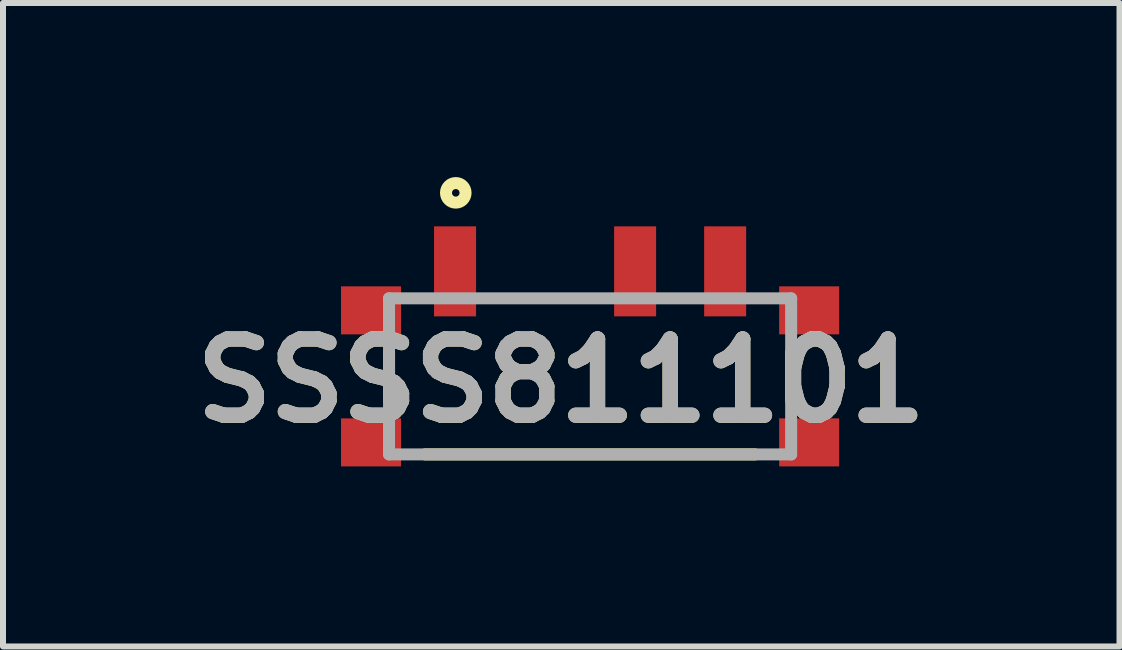
<source format=kicad_pcb>
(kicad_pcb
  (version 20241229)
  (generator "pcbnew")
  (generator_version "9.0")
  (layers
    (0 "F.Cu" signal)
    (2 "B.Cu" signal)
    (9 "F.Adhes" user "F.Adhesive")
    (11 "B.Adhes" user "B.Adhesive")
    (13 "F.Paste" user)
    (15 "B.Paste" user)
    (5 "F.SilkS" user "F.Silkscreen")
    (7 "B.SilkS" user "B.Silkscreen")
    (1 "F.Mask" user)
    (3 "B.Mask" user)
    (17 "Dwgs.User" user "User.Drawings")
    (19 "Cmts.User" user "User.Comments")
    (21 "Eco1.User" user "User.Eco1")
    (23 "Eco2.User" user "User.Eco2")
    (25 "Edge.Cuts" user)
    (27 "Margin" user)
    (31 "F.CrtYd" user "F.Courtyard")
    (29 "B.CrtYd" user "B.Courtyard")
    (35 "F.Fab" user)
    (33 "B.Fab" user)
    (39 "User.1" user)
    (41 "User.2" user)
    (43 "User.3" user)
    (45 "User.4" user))
  (footprint "SSSS811101"
    (layer "F.Cu")
    (at 6.782 3.221)
    (property "Reference" "SSSS811101" (at -0.481 0.073 0) (layer "F.SilkS") (effects (font (size 1.27 1.27) (thickness 0.254))))
    (attr through_hole)
    (fp_line (start -3.35 -0.4) (end -3.35 0.4) (stroke (width 0.2) (type solid)) (layer "F.SilkS"))
    (fp_line (start -2.748 1.3) (end 2.748 1.3) (stroke (width 0.2) (type solid)) (layer "F.SilkS"))
    (fp_line (start 3.35 -0.4) (end 3.35 0.4) (stroke (width 0.2) (type solid)) (layer "F.SilkS"))
    (fp_circle (center -2.238 -3.058) (end -2.238 -2.995) (stroke (width 0.2) (type solid)) (fill no) (layer "F.SilkS"))
    (fp_line (start -3.35 -1.3) (end 3.35 -1.3) (stroke (width 0.2) (type solid)) (layer "F.Fab"))
    (fp_line (start -3.35 1.3) (end -3.35 -1.3) (stroke (width 0.2) (type solid)) (layer "F.Fab"))
    (fp_line (start 3.35 -1.3) (end 3.35 1.3) (stroke (width 0.2) (type solid)) (layer "F.Fab"))
    (fp_line (start 3.35 1.3) (end -3.35 1.3) (stroke (width 0.2) (type solid)) (layer "F.Fab"))
    (fp_text user "${REFERENCE}" (at -0.481 0.073 0) (layer "F.Fab") (effects (font (size 1.27 1.27) (thickness 0.254))))
    (pad "" np_thru_hole circle (at -1.5 0) (size 0.001 0.001) (drill 0.9) (layers "*.Cu" "*.Mask"))
    (pad "" np_thru_hole circle (at 1.5 0) (size 0.001 0.001) (drill 0.9) (layers "*.Cu" "*.Mask"))
    (pad "1" smd rect (at -2.25 -1.75) (size 0.7 1.5) (layers "F.Cu" "F.Mask" "F.Paste"))
    (pad "2" smd rect (at 0.75 -1.75) (size 0.7 1.5) (layers "F.Cu" "F.Mask" "F.Paste"))
    (pad "3" smd rect (at 2.25 -1.75) (size 0.7 1.5) (layers "F.Cu" "F.Mask" "F.Paste"))
    (pad "4" smd rect (at -3.65 -1.1 90) (size 0.8 1) (layers "F.Cu" "F.Mask" "F.Paste"))
    (pad "5" smd rect (at -3.65 1.1 90) (size 0.8 1) (layers "F.Cu" "F.Mask" "F.Paste"))
    (pad "6" smd rect (at 3.65 -1.1 90) (size 0.8 1) (layers "F.Cu" "F.Mask" "F.Paste"))
    (pad "7" smd rect (at 3.65 1.1 90) (size 0.8 1) (layers "F.Cu" "F.Mask" "F.Paste")))
  (gr_rect
    (start -3 -3)
    (end 15.603 7.721)
    (stroke (width 0.1) (type default))
    (fill no)
    (layer "Edge.Cuts")))
</source>
